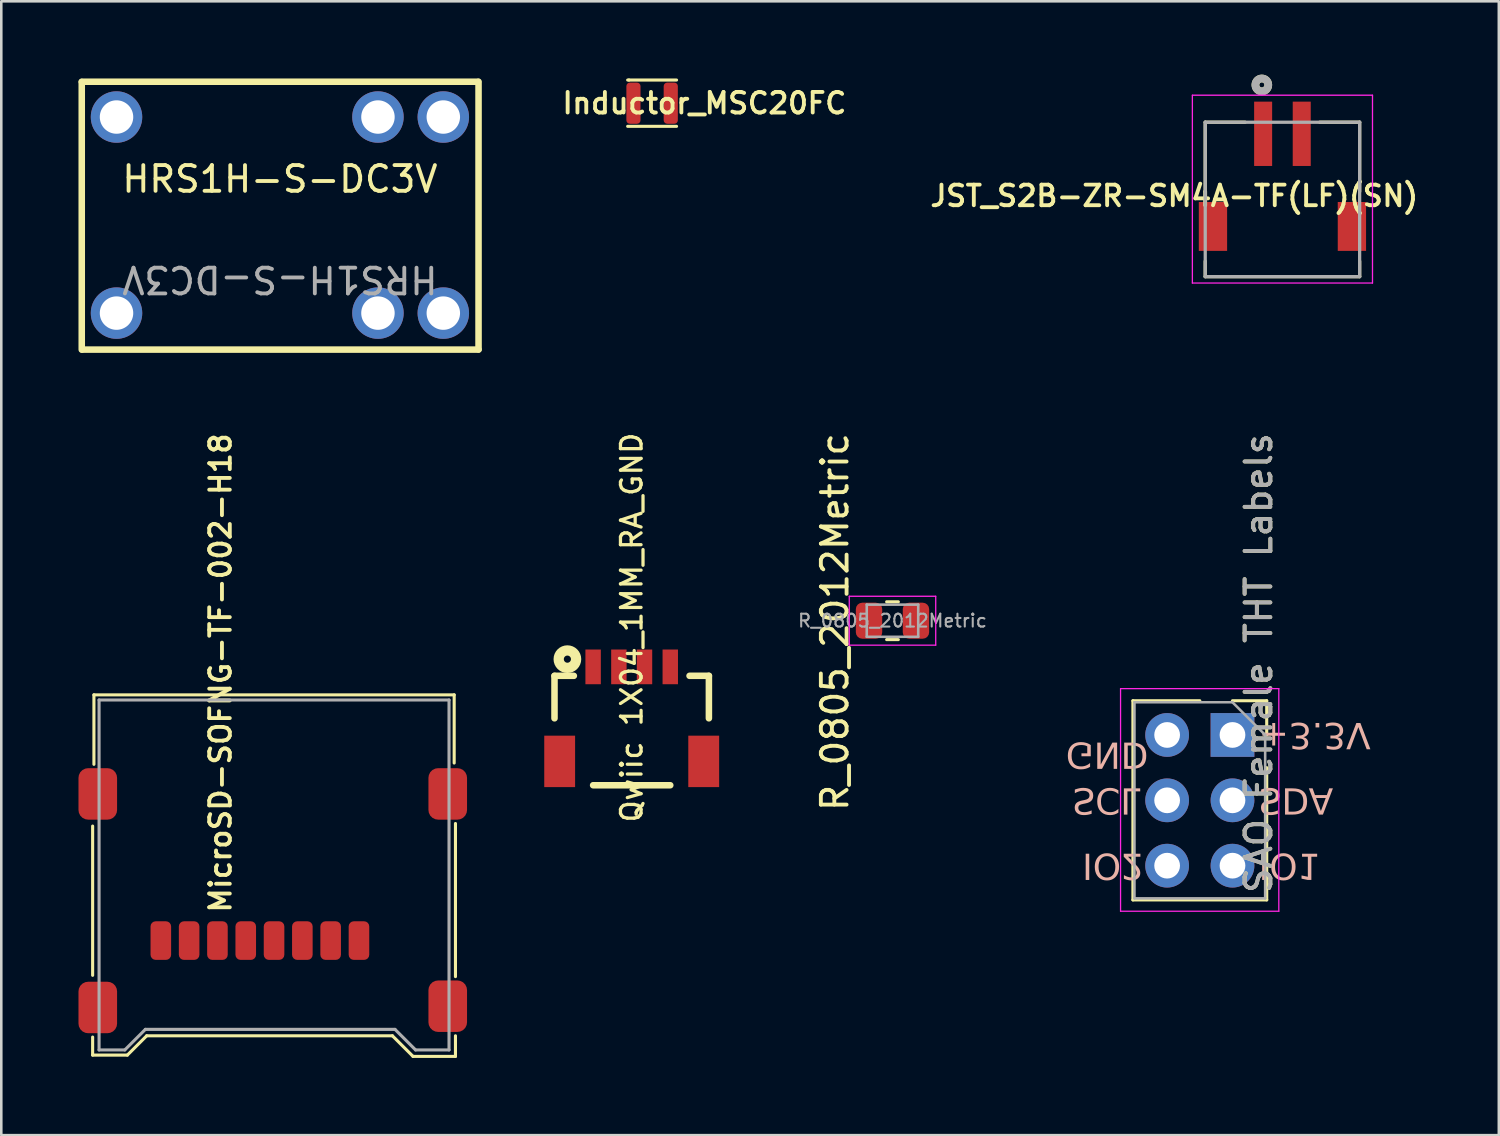
<source format=kicad_pcb>
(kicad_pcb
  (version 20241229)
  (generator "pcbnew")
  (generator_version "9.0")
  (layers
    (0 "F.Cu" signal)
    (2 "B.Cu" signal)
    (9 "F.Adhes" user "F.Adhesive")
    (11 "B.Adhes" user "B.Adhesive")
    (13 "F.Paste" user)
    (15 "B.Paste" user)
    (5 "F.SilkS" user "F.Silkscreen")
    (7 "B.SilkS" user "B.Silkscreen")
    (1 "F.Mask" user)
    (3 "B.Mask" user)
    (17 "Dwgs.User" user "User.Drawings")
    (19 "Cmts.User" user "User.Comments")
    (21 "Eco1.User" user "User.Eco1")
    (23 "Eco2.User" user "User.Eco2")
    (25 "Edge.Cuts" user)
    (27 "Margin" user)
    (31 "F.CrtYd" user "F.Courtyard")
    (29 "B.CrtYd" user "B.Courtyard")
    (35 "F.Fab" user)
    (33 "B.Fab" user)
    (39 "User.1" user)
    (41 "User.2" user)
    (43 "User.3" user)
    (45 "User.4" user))
  (footprint "R_0805_2012Metric"
    (layer "F.Cu")
    (at 31.634 21.072)
    (property "Reference" "R_0805_2012Metric" (at -2.239 0.051 270) (layer "F.SilkS") (effects (font (size 1 1) (thickness 0.15))))
    (attr smd)
    (fp_line (start -0.227 -0.735) (end 0.227 -0.735) (stroke (width 0.12) (type solid)) (layer "F.SilkS"))
    (fp_line (start -0.227 0.735) (end 0.227 0.735) (stroke (width 0.12) (type solid)) (layer "F.SilkS"))
    (fp_line (start -1.68 -0.95) (end 1.68 -0.95) (stroke (width 0.05) (type solid)) (layer "F.CrtYd"))
    (fp_line (start -1.68 0.95) (end -1.68 -0.95) (stroke (width 0.05) (type solid)) (layer "F.CrtYd"))
    (fp_line (start 1.68 -0.95) (end 1.68 0.95) (stroke (width 0.05) (type solid)) (layer "F.CrtYd"))
    (fp_line (start 1.68 0.95) (end -1.68 0.95) (stroke (width 0.05) (type solid)) (layer "F.CrtYd"))
    (fp_line (start -1 -0.625) (end 1 -0.625) (stroke (width 0.1) (type solid)) (layer "F.Fab"))
    (fp_line (start -1 0.625) (end -1 -0.625) (stroke (width 0.1) (type solid)) (layer "F.Fab"))
    (fp_line (start 1 -0.625) (end 1 0.625) (stroke (width 0.1) (type solid)) (layer "F.Fab"))
    (fp_line (start 1 0.625) (end -1 0.625) (stroke (width 0.1) (type solid)) (layer "F.Fab"))
    (fp_text user "${REFERENCE}" (at 0 0 180) (layer "F.Fab") (effects (font (size 0.5 0.5) (thickness 0.08))))
    (pad "1" smd roundrect (at -0.912 0 180) (size 1.025 1.4) (layers "F.Cu" "F.Mask" "F.Paste") (roundrect_rratio 0.244))
    (pad "2" smd roundrect (at 0.912 0 180) (size 1.025 1.4) (layers "F.Cu" "F.Mask" "F.Paste") (roundrect_rratio 0.244)))
  (footprint "Inductor_MSC20FC"
    (layer "F.Cu")
    (at 22.292 0.96)
    (property "Reference" "Inductor_MSC20FC" (at 2.032 0 180) (layer "F.SilkS") (effects (font (size 0.8 0.8) (thickness 0.15))))
    (attr smd)
    (fp_line (start -0.95 0.9) (end 0.95 0.9) (stroke (width 0.12) (type solid)) (layer "F.SilkS"))
    (fp_line (start -0.9 -0.9) (end -0.95 -0.9) (stroke (width 0.12) (type solid)) (layer "F.SilkS"))
    (fp_line (start -0.9 -0.9) (end 0.95 -0.9) (stroke (width 0.12) (type solid)) (layer "F.SilkS"))
    (pad "1" smd roundrect (at -0.725 0 180) (size 0.55 1.6) (layers "F.Cu" "F.Mask" "F.Paste") (roundrect_rratio 0.25))
    (pad "2" smd roundrect (at 0.725 0 180) (size 0.55 1.6) (layers "F.Cu" "F.Mask" "F.Paste") (roundrect_rratio 0.25)))
  (footprint "JST_S2B-ZR-SM4A-TF(LF)(SN)"
    (layer "F.Cu")
    (at 46.788 4.3)
    (property "Reference" "JST_S2B-ZR-SM4A-TF(LF)(SN)" (at -4.203 0.263 180) (layer "F.SilkS") (effects (font (size 0.8 0.8) (thickness 0.15))))
    (attr smd)
    (fp_line (start -3 -2.6) (end -3 0.1) (stroke (width 0.127) (type solid)) (layer "F.SilkS"))
    (fp_line (start -3 2.8) (end -3 3.4) (stroke (width 0.127) (type solid)) (layer "F.SilkS"))
    (fp_line (start -3 3.4) (end 3 3.4) (stroke (width 0.127) (type solid)) (layer "F.SilkS"))
    (fp_line (start -1.45 -2.6) (end -3 -2.6) (stroke (width 0.127) (type solid)) (layer "F.SilkS"))
    (fp_line (start 1.45 -2.6) (end 3 -2.6) (stroke (width 0.127) (type solid)) (layer "F.SilkS"))
    (fp_line (start 3 -2.6) (end 3 0.1) (stroke (width 0.127) (type solid)) (layer "F.SilkS"))
    (fp_line (start 3 3.4) (end 3 2.8) (stroke (width 0.127) (type solid)) (layer "F.SilkS"))
    (fp_circle (center -0.8 -4.05) (end -0.7 -4.05) (stroke (width 0.3) (type solid)) (fill no) (layer "F.SilkS"))
    (fp_line (start -3.5 -3.65) (end 3.5 -3.65) (stroke (width 0.05) (type solid)) (layer "F.CrtYd"))
    (fp_line (start -3.5 3.65) (end -3.5 -3.65) (stroke (width 0.05) (type solid)) (layer "F.CrtYd"))
    (fp_line (start 3.5 -3.65) (end 3.5 3.65) (stroke (width 0.05) (type solid)) (layer "F.CrtYd"))
    (fp_line (start 3.5 3.65) (end -3.5 3.65) (stroke (width 0.05) (type solid)) (layer "F.CrtYd"))
    (fp_line (start -3 -2.6) (end 3 -2.6) (stroke (width 0.127) (type solid)) (layer "F.Fab"))
    (fp_line (start -3 3.4) (end -3 -2.6) (stroke (width 0.127) (type solid)) (layer "F.Fab"))
    (fp_line (start 3 -2.6) (end 3 3.4) (stroke (width 0.127) (type solid)) (layer "F.Fab"))
    (fp_line (start 3 3.4) (end -3 3.4) (stroke (width 0.127) (type solid)) (layer "F.Fab"))
    (fp_circle (center -0.8 -4.05) (end -0.7 -4.05) (stroke (width 0.3) (type solid)) (fill no) (layer "F.Fab"))
    (pad "1" smd rect (at -0.75 -2.15) (size 0.7 2.5) (layers "F.Cu" "F.Mask" "F.Paste"))
    (pad "2" smd rect (at 0.75 -2.15) (size 0.7 2.5) (layers "F.Cu" "F.Mask" "F.Paste"))
    (pad "MP" smd rect (at -2.7 1.45) (size 1.1 1.9) (layers "F.Cu" "F.Mask" "F.Paste"))
    (pad "MP" smd rect (at 2.7 1.45) (size 1.1 1.9) (layers "F.Cu" "F.Mask" "F.Paste")))
  (footprint "Qwiic 1X04_1MM_RA_GND"
    (layer "F.Cu")
    (at 21.499 22.866)
    (property "Reference" "Qwiic 1X04_1MM_RA_GND" (at 0 -1.53 270) (layer "F.SilkS") (effects (font (size 0.8 0.8) (thickness 0.127))))
    (attr smd)
    (fp_line (start -3 0.348) (end -3 1.999) (stroke (width 0.254) (type solid)) (layer "F.SilkS"))
    (fp_line (start -2.248 0.348) (end -3 0.348) (stroke (width 0.254) (type solid)) (layer "F.SilkS"))
    (fp_line (start 1.499 4.6) (end -1.499 4.6) (stroke (width 0.254) (type solid)) (layer "F.SilkS"))
    (fp_line (start 3 0.348) (end 2.248 0.348) (stroke (width 0.254) (type solid)) (layer "F.SilkS"))
    (fp_line (start 3 1.999) (end 3 0.348) (stroke (width 0.254) (type solid)) (layer "F.SilkS"))
    (fp_circle (center -2.499 -0.3) (end -2.499 -0.439) (stroke (width 0.399) (type solid)) (fill no) (layer "F.SilkS"))
    (pad "1" smd rect (at -1.499 0) (size 0.599 1.349) (layers "F.Cu" "F.Mask" "F.Paste"))
    (pad "2" smd rect (at -0.498 0) (size 0.599 1.349) (layers "F.Cu" "F.Mask" "F.Paste"))
    (pad "3" smd rect (at 0.498 0) (size 0.599 1.349) (layers "F.Cu" "F.Mask" "F.Paste"))
    (pad "4" smd rect (at 1.499 0) (size 0.599 1.349) (layers "F.Cu" "F.Mask" "F.Paste"))
    (pad "5" smd rect (at -2.799 3.673) (size 1.199 1.999) (layers "F.Cu" "F.Mask" "F.Paste"))
    (pad "6" smd rect (at 2.799 3.673) (size 1.199 1.999) (layers "F.Cu" "F.Mask" "F.Paste")))
  (footprint "MicroSD-SOFNG-TF-002-H18"
    (layer "F.Cu")
    (at 7.6 33.453)
    (property "Reference" "MicroSD-SOFNG-TF-002-H18" (at -2.082 -10.349 270) (layer "F.SilkS") (effects (font (size 0.8 0.8) (thickness 0.15))))
    (attr smd)
    (fp_line (start -7.05 1.4) (end -7.05 -4.4) (stroke (width 0.12) (type solid)) (layer "F.SilkS"))
    (fp_line (start -7.05 4.5) (end -7.05 3.8) (stroke (width 0.12) (type solid)) (layer "F.SilkS"))
    (fp_line (start -7 -9.5) (end 7 -9.5) (stroke (width 0.12) (type solid)) (layer "F.SilkS"))
    (fp_line (start -7 -6.8) (end -7 -9.5) (stroke (width 0.12) (type solid)) (layer "F.SilkS"))
    (fp_line (start -5.7 4.5) (end -7.05 4.5) (stroke (width 0.12) (type solid)) (layer "F.SilkS"))
    (fp_line (start -4.95 3.75) (end -5.7 4.5) (stroke (width 0.12) (type solid)) (layer "F.SilkS"))
    (fp_line (start 4.6 3.75) (end -4.95 3.75) (stroke (width 0.12) (type solid)) (layer "F.SilkS"))
    (fp_line (start 5.4 4.55) (end 4.6 3.75) (stroke (width 0.12) (type solid)) (layer "F.SilkS"))
    (fp_line (start 7 -9.5) (end 7 -6.85) (stroke (width 0.12) (type solid)) (layer "F.SilkS"))
    (fp_line (start 7.05 -4.5) (end 7.05 1.45) (stroke (width 0.12) (type solid)) (layer "F.SilkS"))
    (fp_line (start 7.05 3.75) (end 7.05 4.55) (stroke (width 0.12) (type solid)) (layer "F.SilkS"))
    (fp_line (start 7.05 4.55) (end 5.4 4.55) (stroke (width 0.12) (type solid)) (layer "F.SilkS"))
    (fp_line (start -6.8 -9.3) (end -6.8 4.3) (stroke (width 0.12) (type solid)) (layer "F.Fab"))
    (fp_line (start -6.8 -9.3) (end 6.8 -9.3) (stroke (width 0.12) (type solid)) (layer "F.Fab"))
    (fp_line (start -5.8 4.3) (end -6.8 4.3) (stroke (width 0.12) (type solid)) (layer "F.Fab"))
    (fp_line (start -5 3.5) (end -5.8 4.3) (stroke (width 0.12) (type solid)) (layer "F.Fab"))
    (fp_line (start 4.7 3.5) (end -5 3.5) (stroke (width 0.12) (type solid)) (layer "F.Fab"))
    (fp_line (start 5.5 4.3) (end 4.7 3.5) (stroke (width 0.12) (type solid)) (layer "F.Fab"))
    (fp_line (start 6.8 -9.3) (end 6.8 4.3) (stroke (width 0.12) (type solid)) (layer "F.Fab"))
    (fp_line (start 6.8 4.3) (end 5.5 4.3) (stroke (width 0.12) (type solid)) (layer "F.Fab"))
    (pad "1" smd roundrect (at 3.3 0.05) (size 0.8 1.5) (layers "F.Cu" "F.Mask" "F.Paste") (roundrect_rratio 0.25))
    (pad "2" smd roundrect (at 2.2 0.05) (size 0.8 1.5) (layers "F.Cu" "F.Mask" "F.Paste") (roundrect_rratio 0.25))
    (pad "3" smd roundrect (at 1.1 0.05) (size 0.8 1.5) (layers "F.Cu" "F.Mask" "F.Paste") (roundrect_rratio 0.25))
    (pad "4" smd roundrect (at 0 0.05) (size 0.8 1.5) (layers "F.Cu" "F.Mask" "F.Paste") (roundrect_rratio 0.25))
    (pad "5" smd roundrect (at -1.1 0.05) (size 0.8 1.5) (layers "F.Cu" "F.Mask" "F.Paste") (roundrect_rratio 0.25))
    (pad "6" smd roundrect (at -2.2 0.05) (size 0.8 1.5) (layers "F.Cu" "F.Mask" "F.Paste") (roundrect_rratio 0.25))
    (pad "7" smd roundrect (at -3.3 0.05) (size 0.8 1.5) (layers "F.Cu" "F.Mask" "F.Paste") (roundrect_rratio 0.25))
    (pad "8" smd roundrect (at -4.4 0.05) (size 0.8 1.5) (layers "F.Cu" "F.Mask" "F.Paste") (roundrect_rratio 0.25))
    (pad "9" smd roundrect (at -6.85 -5.65) (size 1.5 2) (layers "F.Cu" "F.Mask" "F.Paste") (roundrect_rratio 0.25))
    (pad "9" smd roundrect (at -6.85 2.65) (size 1.5 2) (layers "F.Cu" "F.Mask" "F.Paste") (roundrect_rratio 0.25))
    (pad "9" smd roundrect (at 6.75 -5.65) (size 1.5 2) (layers "F.Cu" "F.Mask" "F.Paste") (roundrect_rratio 0.25))
    (pad "9" smd roundrect (at 6.75 2.6) (size 1.5 2) (layers "F.Cu" "F.Mask" "F.Paste") (roundrect_rratio 0.25)))
  (footprint "HRS1H-S-DC3V"
    (layer "F.Cu")
    (at 7.828 5.308)
    (property "Reference" "HRS1H-S-DC3V" (at 0 -1.397 0) (unlocked yes) (layer "F.SilkS") (effects (font (size 1 1) (thickness 0.15))))
    (attr through_hole)
    (fp_line (start -7.701 -5.181) (end 7.699 -5.181) (stroke (width 0.254) (type solid)) (layer "F.SilkS"))
    (fp_line (start -7.701 -5.171) (end -7.701 5.229) (stroke (width 0.254) (type solid)) (layer "F.SilkS"))
    (fp_line (start -7.681 5.229) (end 7.719 5.229) (stroke (width 0.254) (type solid)) (layer "F.SilkS"))
    (fp_line (start 7.719 -5.181) (end 7.719 5.219) (stroke (width 0.254) (type solid)) (layer "F.SilkS"))
    (fp_text user "${REFERENCE}" (at 0 2.5 180) (unlocked yes) (layer "F.Fab") (effects (font (size 1 1) (thickness 0.15))))
    (pad "1" thru_hole circle (at -6.35 3.81 180) (size 2 2) (drill 1.3) (layers "*.Cu" "*.Paste" "*.Mask"))
    (pad "2" thru_hole circle (at 3.81 3.81 180) (size 2 2) (drill 1.3) (layers "*.Cu" "*.Paste" "*.Mask"))
    (pad "3" thru_hole circle (at 6.35 3.81 180) (size 2 2) (drill 1.3) (layers "*.Cu" "*.Paste" "*.Mask"))
    (pad "4" thru_hole circle (at 6.35 -3.81 180) (size 2 2) (drill 1.3) (layers "*.Cu" "*.Paste" "*.Mask"))
    (pad "5" thru_hole circle (at 3.81 -3.81 180) (size 2 2) (drill 1.3) (layers "*.Cu" "*.Paste" "*.Mask"))
    (pad "6" thru_hole circle (at -6.35 -3.81 180) (size 2 2) (drill 1.3) (layers "*.Cu" "*.Paste" "*.Mask")))
  (footprint "SAO Female THT Labels"
    (layer "F.Cu")
    (at 43.577 28.052)
    (property "Reference" "SAO Female THT Labels" (at 2.286 -5.334 90) (layer "F.SilkS") (effects (font (size 1 1) (thickness 0.15))))
    (attr through_hole)
    (fp_line (start -2.6 -3.87) (end -2.6 3.87) (stroke (width 0.12) (type solid)) (layer "F.SilkS"))
    (fp_line (start 0 -3.87) (end -2.6 -3.87) (stroke (width 0.12) (type solid)) (layer "F.SilkS"))
    (fp_line (start 2.6 -3.87) (end 1.27 -3.87) (stroke (width 0.12) (type solid)) (layer "F.SilkS"))
    (fp_line (start 2.6 -2.54) (end 2.6 -3.87) (stroke (width 0.12) (type solid)) (layer "F.SilkS"))
    (fp_line (start 2.6 -1.27) (end 2.6 3.87) (stroke (width 0.12) (type solid)) (layer "F.SilkS"))
    (fp_line (start 2.6 3.87) (end -2.6 3.87) (stroke (width 0.12) (type solid)) (layer "F.SilkS"))
    (fp_line (start -3.08 -4.34) (end 3.07 -4.34) (stroke (width 0.05) (type solid)) (layer "F.CrtYd"))
    (fp_line (start -3.08 4.31) (end -3.08 -4.34) (stroke (width 0.05) (type solid)) (layer "F.CrtYd"))
    (fp_line (start -3.08 4.31) (end 3.07 4.31) (stroke (width 0.05) (type solid)) (layer "F.CrtYd"))
    (fp_line (start 3.07 -4.34) (end 3.07 4.31) (stroke (width 0.05) (type solid)) (layer "F.CrtYd"))
    (fp_line (start -2.54 -3.81) (end -2.54 3.81) (stroke (width 0.1) (type solid)) (layer "F.Fab"))
    (fp_line (start -2.54 3.81) (end 2.54 3.81) (stroke (width 0.1) (type solid)) (layer "F.Fab"))
    (fp_line (start 1.27 -3.81) (end -2.54 -3.81) (stroke (width 0.1) (type solid)) (layer "F.Fab"))
    (fp_line (start 2.54 -2.54) (end 1.27 -3.81) (stroke (width 0.1) (type solid)) (layer "F.Fab"))
    (fp_line (start 2.54 3.81) (end 2.54 -2.54) (stroke (width 0.1) (type solid)) (layer "F.Fab"))
    (fp_text user "IO2" (at -4.572 1.905 180) (unlocked yes) (layer "B.SilkS") (effects (font (face "Roboto") (size 1 1) (thickness 0.15)) (justify left bottom mirror)))
    (fp_text user "IO1" (at 2.286 1.905 180) (unlocked yes) (layer "B.SilkS") (effects (font (face "Roboto") (size 1 1) (thickness 0.15)) (justify left bottom mirror)))
    (fp_text user "GND" (at -5.207 -2.413 180) (unlocked yes) (layer "B.SilkS") (effects (font (face "Roboto") (size 1 1) (thickness 0.15)) (justify left bottom mirror)))
    (fp_text user "SCL" (at -4.953 -0.635 180) (unlocked yes) (layer "B.SilkS") (effects (font (face "Roboto") (size 1 1) (thickness 0.15)) (justify left bottom mirror)))
    (fp_text user "SDA" (at 2.286 -0.635 180) (unlocked yes) (layer "B.SilkS") (effects (font (face "Roboto") (size 1 1) (thickness 0.15)) (justify left bottom mirror)))
    (fp_text user "+3.3V" (at 2.286 -3.175 180) (unlocked yes) (layer "B.SilkS") (effects (font (face "Roboto") (size 1 1) (thickness 0.15)) (justify left bottom mirror)))
    (fp_text user "${REFERENCE}" (at 2.286 -5.334 270) (layer "F.Fab") (effects (font (size 1 1) (thickness 0.15))))
    (pad "1" thru_hole rect (at 1.27 -2.54) (size 1.7 1.7) (drill 1) (layers "*.Cu" "*.Mask"))
    (pad "2" thru_hole oval (at -1.27 -2.54) (size 1.7 1.7) (drill 1) (layers "*.Cu" "*.Mask"))
    (pad "3" thru_hole oval (at 1.27 0) (size 1.7 1.7) (drill 1) (layers "*.Cu" "*.Mask"))
    (pad "4" thru_hole oval (at -1.27 0) (size 1.7 1.7) (drill 1) (layers "*.Cu" "*.Mask"))
    (pad "5" thru_hole oval (at 1.27 2.54) (size 1.7 1.7) (drill 1) (layers "*.Cu" "*.Mask"))
    (pad "6" thru_hole oval (at -1.27 2.54) (size 1.7 1.7) (drill 1) (layers "*.Cu" "*.Mask")))
  (gr_rect
    (start -3 -3)
    (end 55.197 41.063)
    (stroke (width 0.1) (type default))
    (fill no)
    (layer "Edge.Cuts")))
</source>
